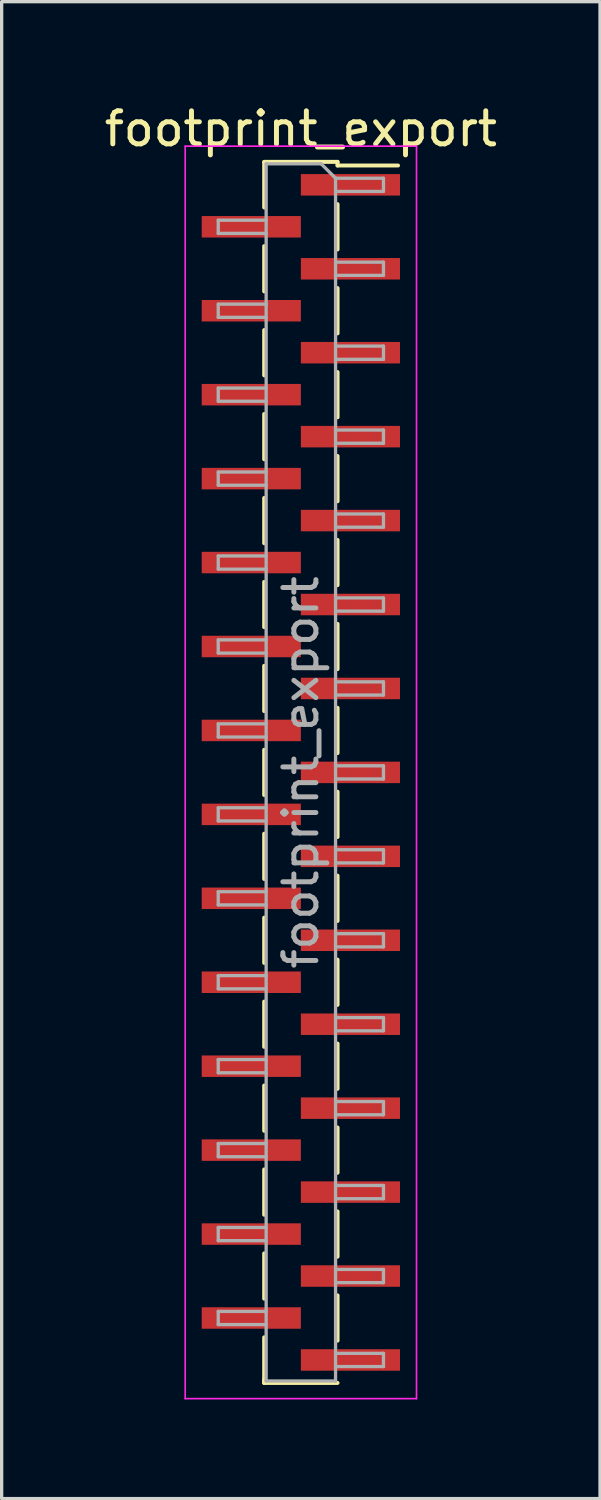
<source format=kicad_pcb>
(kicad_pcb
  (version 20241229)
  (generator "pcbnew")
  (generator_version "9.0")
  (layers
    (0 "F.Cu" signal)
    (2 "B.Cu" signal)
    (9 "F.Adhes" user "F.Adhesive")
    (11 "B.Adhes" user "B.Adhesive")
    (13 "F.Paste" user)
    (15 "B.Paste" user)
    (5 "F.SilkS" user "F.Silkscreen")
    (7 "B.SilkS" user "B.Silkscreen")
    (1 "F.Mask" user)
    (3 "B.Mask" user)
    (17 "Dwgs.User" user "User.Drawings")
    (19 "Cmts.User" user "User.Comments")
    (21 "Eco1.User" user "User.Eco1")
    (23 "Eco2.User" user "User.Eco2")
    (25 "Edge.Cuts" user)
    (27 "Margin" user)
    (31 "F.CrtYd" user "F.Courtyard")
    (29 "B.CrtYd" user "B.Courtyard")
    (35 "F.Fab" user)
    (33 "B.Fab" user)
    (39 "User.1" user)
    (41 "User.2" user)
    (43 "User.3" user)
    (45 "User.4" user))
  (footprint "footprint_export"
    (layer "F.Cu")
    (at 6.054 20.323)
    (property "Reference" "footprint_export" (at 0 -19.475 0) (layer "F.SilkS") (effects (font (size 1 1) (thickness 0.15))))
    (attr smd)
    (fp_line (start -1.11 -18.475) (end 1.11 -18.475) (stroke (width 0.12) (type solid)) (layer "F.SilkS"))
    (fp_line (start -1.11 -18.465) (end -1.11 -17.095) (stroke (width 0.12) (type solid)) (layer "F.SilkS"))
    (fp_line (start -1.11 -15.925) (end -1.11 -14.555) (stroke (width 0.12) (type solid)) (layer "F.SilkS"))
    (fp_line (start -1.11 -13.385) (end -1.11 -12.015) (stroke (width 0.12) (type solid)) (layer "F.SilkS"))
    (fp_line (start -1.11 -10.845) (end -1.11 -9.475) (stroke (width 0.12) (type solid)) (layer "F.SilkS"))
    (fp_line (start -1.11 -8.305) (end -1.11 -6.935) (stroke (width 0.12) (type solid)) (layer "F.SilkS"))
    (fp_line (start -1.11 -5.765) (end -1.11 -4.395) (stroke (width 0.12) (type solid)) (layer "F.SilkS"))
    (fp_line (start -1.11 -3.225) (end -1.11 -1.855) (stroke (width 0.12) (type solid)) (layer "F.SilkS"))
    (fp_line (start -1.11 -0.685) (end -1.11 0.685) (stroke (width 0.12) (type solid)) (layer "F.SilkS"))
    (fp_line (start -1.11 1.855) (end -1.11 3.225) (stroke (width 0.12) (type solid)) (layer "F.SilkS"))
    (fp_line (start -1.11 4.395) (end -1.11 5.765) (stroke (width 0.12) (type solid)) (layer "F.SilkS"))
    (fp_line (start -1.11 6.935) (end -1.11 8.305) (stroke (width 0.12) (type solid)) (layer "F.SilkS"))
    (fp_line (start -1.11 9.475) (end -1.11 10.845) (stroke (width 0.12) (type solid)) (layer "F.SilkS"))
    (fp_line (start -1.11 12.015) (end -1.11 13.385) (stroke (width 0.12) (type solid)) (layer "F.SilkS"))
    (fp_line (start -1.11 14.555) (end -1.11 15.925) (stroke (width 0.12) (type solid)) (layer "F.SilkS"))
    (fp_line (start -1.11 17.095) (end -1.11 18.465) (stroke (width 0.12) (type solid)) (layer "F.SilkS"))
    (fp_line (start -1.11 18.365) (end -1.11 18.475) (stroke (width 0.12) (type solid)) (layer "F.SilkS"))
    (fp_line (start -1.11 18.475) (end 1.11 18.475) (stroke (width 0.12) (type solid)) (layer "F.SilkS"))
    (fp_line (start 1.11 -18.475) (end 1.11 -18.365) (stroke (width 0.12) (type solid)) (layer "F.SilkS"))
    (fp_line (start 1.11 -18.365) (end 2.94 -18.365) (stroke (width 0.12) (type solid)) (layer "F.SilkS"))
    (fp_line (start 1.11 -17.195) (end 1.11 -15.825) (stroke (width 0.12) (type solid)) (layer "F.SilkS"))
    (fp_line (start 1.11 -14.655) (end 1.11 -13.285) (stroke (width 0.12) (type solid)) (layer "F.SilkS"))
    (fp_line (start 1.11 -12.115) (end 1.11 -10.745) (stroke (width 0.12) (type solid)) (layer "F.SilkS"))
    (fp_line (start 1.11 -9.575) (end 1.11 -8.205) (stroke (width 0.12) (type solid)) (layer "F.SilkS"))
    (fp_line (start 1.11 -7.035) (end 1.11 -5.665) (stroke (width 0.12) (type solid)) (layer "F.SilkS"))
    (fp_line (start 1.11 -4.495) (end 1.11 -3.125) (stroke (width 0.12) (type solid)) (layer "F.SilkS"))
    (fp_line (start 1.11 -1.955) (end 1.11 -0.585) (stroke (width 0.12) (type solid)) (layer "F.SilkS"))
    (fp_line (start 1.11 0.585) (end 1.11 1.955) (stroke (width 0.12) (type solid)) (layer "F.SilkS"))
    (fp_line (start 1.11 3.125) (end 1.11 4.495) (stroke (width 0.12) (type solid)) (layer "F.SilkS"))
    (fp_line (start 1.11 5.665) (end 1.11 7.035) (stroke (width 0.12) (type solid)) (layer "F.SilkS"))
    (fp_line (start 1.11 8.205) (end 1.11 9.575) (stroke (width 0.12) (type solid)) (layer "F.SilkS"))
    (fp_line (start 1.11 10.745) (end 1.11 12.115) (stroke (width 0.12) (type solid)) (layer "F.SilkS"))
    (fp_line (start 1.11 13.285) (end 1.11 14.655) (stroke (width 0.12) (type solid)) (layer "F.SilkS"))
    (fp_line (start 1.11 15.825) (end 1.11 17.195) (stroke (width 0.12) (type solid)) (layer "F.SilkS"))
    (fp_line (start -3.5 -18.95) (end -3.5 18.95) (stroke (width 0.05) (type solid)) (layer "F.CrtYd"))
    (fp_line (start -3.5 18.95) (end 3.5 18.95) (stroke (width 0.05) (type solid)) (layer "F.CrtYd"))
    (fp_line (start 3.5 -18.95) (end -3.5 -18.95) (stroke (width 0.05) (type solid)) (layer "F.CrtYd"))
    (fp_line (start 3.5 18.95) (end 3.5 -18.95) (stroke (width 0.05) (type solid)) (layer "F.CrtYd"))
    (fp_line (start -2.5 -16.71) (end -2.5 -16.31) (stroke (width 0.1) (type solid)) (layer "F.Fab"))
    (fp_line (start -2.5 -16.31) (end -1.05 -16.31) (stroke (width 0.1) (type solid)) (layer "F.Fab"))
    (fp_line (start -2.5 -14.17) (end -2.5 -13.77) (stroke (width 0.1) (type solid)) (layer "F.Fab"))
    (fp_line (start -2.5 -13.77) (end -1.05 -13.77) (stroke (width 0.1) (type solid)) (layer "F.Fab"))
    (fp_line (start -2.5 -11.63) (end -2.5 -11.23) (stroke (width 0.1) (type solid)) (layer "F.Fab"))
    (fp_line (start -2.5 -11.23) (end -1.05 -11.23) (stroke (width 0.1) (type solid)) (layer "F.Fab"))
    (fp_line (start -2.5 -9.09) (end -2.5 -8.69) (stroke (width 0.1) (type solid)) (layer "F.Fab"))
    (fp_line (start -2.5 -8.69) (end -1.05 -8.69) (stroke (width 0.1) (type solid)) (layer "F.Fab"))
    (fp_line (start -2.5 -6.55) (end -2.5 -6.15) (stroke (width 0.1) (type solid)) (layer "F.Fab"))
    (fp_line (start -2.5 -6.15) (end -1.05 -6.15) (stroke (width 0.1) (type solid)) (layer "F.Fab"))
    (fp_line (start -2.5 -4.01) (end -2.5 -3.61) (stroke (width 0.1) (type solid)) (layer "F.Fab"))
    (fp_line (start -2.5 -3.61) (end -1.05 -3.61) (stroke (width 0.1) (type solid)) (layer "F.Fab"))
    (fp_line (start -2.5 -1.47) (end -2.5 -1.07) (stroke (width 0.1) (type solid)) (layer "F.Fab"))
    (fp_line (start -2.5 -1.07) (end -1.05 -1.07) (stroke (width 0.1) (type solid)) (layer "F.Fab"))
    (fp_line (start -2.5 1.07) (end -2.5 1.47) (stroke (width 0.1) (type solid)) (layer "F.Fab"))
    (fp_line (start -2.5 1.47) (end -1.05 1.47) (stroke (width 0.1) (type solid)) (layer "F.Fab"))
    (fp_line (start -2.5 3.61) (end -2.5 4.01) (stroke (width 0.1) (type solid)) (layer "F.Fab"))
    (fp_line (start -2.5 4.01) (end -1.05 4.01) (stroke (width 0.1) (type solid)) (layer "F.Fab"))
    (fp_line (start -2.5 6.15) (end -2.5 6.55) (stroke (width 0.1) (type solid)) (layer "F.Fab"))
    (fp_line (start -2.5 6.55) (end -1.05 6.55) (stroke (width 0.1) (type solid)) (layer "F.Fab"))
    (fp_line (start -2.5 8.69) (end -2.5 9.09) (stroke (width 0.1) (type solid)) (layer "F.Fab"))
    (fp_line (start -2.5 9.09) (end -1.05 9.09) (stroke (width 0.1) (type solid)) (layer "F.Fab"))
    (fp_line (start -2.5 11.23) (end -2.5 11.63) (stroke (width 0.1) (type solid)) (layer "F.Fab"))
    (fp_line (start -2.5 11.63) (end -1.05 11.63) (stroke (width 0.1) (type solid)) (layer "F.Fab"))
    (fp_line (start -2.5 13.77) (end -2.5 14.17) (stroke (width 0.1) (type solid)) (layer "F.Fab"))
    (fp_line (start -2.5 14.17) (end -1.05 14.17) (stroke (width 0.1) (type solid)) (layer "F.Fab"))
    (fp_line (start -2.5 16.31) (end -2.5 16.71) (stroke (width 0.1) (type solid)) (layer "F.Fab"))
    (fp_line (start -2.5 16.71) (end -1.05 16.71) (stroke (width 0.1) (type solid)) (layer "F.Fab"))
    (fp_line (start -1.05 -18.415) (end -1.05 18.415) (stroke (width 0.1) (type solid)) (layer "F.Fab"))
    (fp_line (start -1.05 -18.415) (end 0.615 -18.415) (stroke (width 0.1) (type solid)) (layer "F.Fab"))
    (fp_line (start -1.05 -16.71) (end -2.5 -16.71) (stroke (width 0.1) (type solid)) (layer "F.Fab"))
    (fp_line (start -1.05 -14.17) (end -2.5 -14.17) (stroke (width 0.1) (type solid)) (layer "F.Fab"))
    (fp_line (start -1.05 -11.63) (end -2.5 -11.63) (stroke (width 0.1) (type solid)) (layer "F.Fab"))
    (fp_line (start -1.05 -9.09) (end -2.5 -9.09) (stroke (width 0.1) (type solid)) (layer "F.Fab"))
    (fp_line (start -1.05 -6.55) (end -2.5 -6.55) (stroke (width 0.1) (type solid)) (layer "F.Fab"))
    (fp_line (start -1.05 -4.01) (end -2.5 -4.01) (stroke (width 0.1) (type solid)) (layer "F.Fab"))
    (fp_line (start -1.05 -1.47) (end -2.5 -1.47) (stroke (width 0.1) (type solid)) (layer "F.Fab"))
    (fp_line (start -1.05 1.07) (end -2.5 1.07) (stroke (width 0.1) (type solid)) (layer "F.Fab"))
    (fp_line (start -1.05 3.61) (end -2.5 3.61) (stroke (width 0.1) (type solid)) (layer "F.Fab"))
    (fp_line (start -1.05 6.15) (end -2.5 6.15) (stroke (width 0.1) (type solid)) (layer "F.Fab"))
    (fp_line (start -1.05 8.69) (end -2.5 8.69) (stroke (width 0.1) (type solid)) (layer "F.Fab"))
    (fp_line (start -1.05 11.23) (end -2.5 11.23) (stroke (width 0.1) (type solid)) (layer "F.Fab"))
    (fp_line (start -1.05 13.77) (end -2.5 13.77) (stroke (width 0.1) (type solid)) (layer "F.Fab"))
    (fp_line (start -1.05 16.31) (end -2.5 16.31) (stroke (width 0.1) (type solid)) (layer "F.Fab"))
    (fp_line (start 1.05 -17.98) (end 0.615 -18.415) (stroke (width 0.1) (type solid)) (layer "F.Fab"))
    (fp_line (start 1.05 -17.98) (end 2.5 -17.98) (stroke (width 0.1) (type solid)) (layer "F.Fab"))
    (fp_line (start 1.05 -15.44) (end 2.5 -15.44) (stroke (width 0.1) (type solid)) (layer "F.Fab"))
    (fp_line (start 1.05 -12.9) (end 2.5 -12.9) (stroke (width 0.1) (type solid)) (layer "F.Fab"))
    (fp_line (start 1.05 -10.36) (end 2.5 -10.36) (stroke (width 0.1) (type solid)) (layer "F.Fab"))
    (fp_line (start 1.05 -7.82) (end 2.5 -7.82) (stroke (width 0.1) (type solid)) (layer "F.Fab"))
    (fp_line (start 1.05 -5.28) (end 2.5 -5.28) (stroke (width 0.1) (type solid)) (layer "F.Fab"))
    (fp_line (start 1.05 -2.74) (end 2.5 -2.74) (stroke (width 0.1) (type solid)) (layer "F.Fab"))
    (fp_line (start 1.05 -0.2) (end 2.5 -0.2) (stroke (width 0.1) (type solid)) (layer "F.Fab"))
    (fp_line (start 1.05 2.34) (end 2.5 2.34) (stroke (width 0.1) (type solid)) (layer "F.Fab"))
    (fp_line (start 1.05 4.88) (end 2.5 4.88) (stroke (width 0.1) (type solid)) (layer "F.Fab"))
    (fp_line (start 1.05 7.42) (end 2.5 7.42) (stroke (width 0.1) (type solid)) (layer "F.Fab"))
    (fp_line (start 1.05 9.96) (end 2.5 9.96) (stroke (width 0.1) (type solid)) (layer "F.Fab"))
    (fp_line (start 1.05 12.5) (end 2.5 12.5) (stroke (width 0.1) (type solid)) (layer "F.Fab"))
    (fp_line (start 1.05 15.04) (end 2.5 15.04) (stroke (width 0.1) (type solid)) (layer "F.Fab"))
    (fp_line (start 1.05 17.58) (end 2.5 17.58) (stroke (width 0.1) (type solid)) (layer "F.Fab"))
    (fp_line (start 1.05 18.415) (end -1.05 18.415) (stroke (width 0.1) (type solid)) (layer "F.Fab"))
    (fp_line (start 1.05 18.415) (end 1.05 -17.98) (stroke (width 0.1) (type solid)) (layer "F.Fab"))
    (fp_line (start 2.5 -17.98) (end 2.5 -17.58) (stroke (width 0.1) (type solid)) (layer "F.Fab"))
    (fp_line (start 2.5 -17.58) (end 1.05 -17.58) (stroke (width 0.1) (type solid)) (layer "F.Fab"))
    (fp_line (start 2.5 -15.44) (end 2.5 -15.04) (stroke (width 0.1) (type solid)) (layer "F.Fab"))
    (fp_line (start 2.5 -15.04) (end 1.05 -15.04) (stroke (width 0.1) (type solid)) (layer "F.Fab"))
    (fp_line (start 2.5 -12.9) (end 2.5 -12.5) (stroke (width 0.1) (type solid)) (layer "F.Fab"))
    (fp_line (start 2.5 -12.5) (end 1.05 -12.5) (stroke (width 0.1) (type solid)) (layer "F.Fab"))
    (fp_line (start 2.5 -10.36) (end 2.5 -9.96) (stroke (width 0.1) (type solid)) (layer "F.Fab"))
    (fp_line (start 2.5 -9.96) (end 1.05 -9.96) (stroke (width 0.1) (type solid)) (layer "F.Fab"))
    (fp_line (start 2.5 -7.82) (end 2.5 -7.42) (stroke (width 0.1) (type solid)) (layer "F.Fab"))
    (fp_line (start 2.5 -7.42) (end 1.05 -7.42) (stroke (width 0.1) (type solid)) (layer "F.Fab"))
    (fp_line (start 2.5 -5.28) (end 2.5 -4.88) (stroke (width 0.1) (type solid)) (layer "F.Fab"))
    (fp_line (start 2.5 -4.88) (end 1.05 -4.88) (stroke (width 0.1) (type solid)) (layer "F.Fab"))
    (fp_line (start 2.5 -2.74) (end 2.5 -2.34) (stroke (width 0.1) (type solid)) (layer "F.Fab"))
    (fp_line (start 2.5 -2.34) (end 1.05 -2.34) (stroke (width 0.1) (type solid)) (layer "F.Fab"))
    (fp_line (start 2.5 -0.2) (end 2.5 0.2) (stroke (width 0.1) (type solid)) (layer "F.Fab"))
    (fp_line (start 2.5 0.2) (end 1.05 0.2) (stroke (width 0.1) (type solid)) (layer "F.Fab"))
    (fp_line (start 2.5 2.34) (end 2.5 2.74) (stroke (width 0.1) (type solid)) (layer "F.Fab"))
    (fp_line (start 2.5 2.74) (end 1.05 2.74) (stroke (width 0.1) (type solid)) (layer "F.Fab"))
    (fp_line (start 2.5 4.88) (end 2.5 5.28) (stroke (width 0.1) (type solid)) (layer "F.Fab"))
    (fp_line (start 2.5 5.28) (end 1.05 5.28) (stroke (width 0.1) (type solid)) (layer "F.Fab"))
    (fp_line (start 2.5 7.42) (end 2.5 7.82) (stroke (width 0.1) (type solid)) (layer "F.Fab"))
    (fp_line (start 2.5 7.82) (end 1.05 7.82) (stroke (width 0.1) (type solid)) (layer "F.Fab"))
    (fp_line (start 2.5 9.96) (end 2.5 10.36) (stroke (width 0.1) (type solid)) (layer "F.Fab"))
    (fp_line (start 2.5 10.36) (end 1.05 10.36) (stroke (width 0.1) (type solid)) (layer "F.Fab"))
    (fp_line (start 2.5 12.5) (end 2.5 12.9) (stroke (width 0.1) (type solid)) (layer "F.Fab"))
    (fp_line (start 2.5 12.9) (end 1.05 12.9) (stroke (width 0.1) (type solid)) (layer "F.Fab"))
    (fp_line (start 2.5 15.04) (end 2.5 15.44) (stroke (width 0.1) (type solid)) (layer "F.Fab"))
    (fp_line (start 2.5 15.44) (end 1.05 15.44) (stroke (width 0.1) (type solid)) (layer "F.Fab"))
    (fp_line (start 2.5 17.58) (end 2.5 17.98) (stroke (width 0.1) (type solid)) (layer "F.Fab"))
    (fp_line (start 2.5 17.98) (end 1.05 17.98) (stroke (width 0.1) (type solid)) (layer "F.Fab"))
    (fp_text user "${REFERENCE}" (at 0 0 90) (layer "F.Fab") (effects (font (size 1 1) (thickness 0.15))))
    (pad "1" smd rect (at 1.5 -17.78) (size 3 0.65) (layers "F.Cu" "F.Mask" "F.Paste"))
    (pad "2" smd rect (at -1.5 -16.51) (size 3 0.65) (layers "F.Cu" "F.Mask" "F.Paste"))
    (pad "3" smd rect (at 1.5 -15.24) (size 3 0.65) (layers "F.Cu" "F.Mask" "F.Paste"))
    (pad "4" smd rect (at -1.5 -13.97) (size 3 0.65) (layers "F.Cu" "F.Mask" "F.Paste"))
    (pad "5" smd rect (at 1.5 -12.7) (size 3 0.65) (layers "F.Cu" "F.Mask" "F.Paste"))
    (pad "6" smd rect (at -1.5 -11.43) (size 3 0.65) (layers "F.Cu" "F.Mask" "F.Paste"))
    (pad "7" smd rect (at 1.5 -10.16) (size 3 0.65) (layers "F.Cu" "F.Mask" "F.Paste"))
    (pad "8" smd rect (at -1.5 -8.89) (size 3 0.65) (layers "F.Cu" "F.Mask" "F.Paste"))
    (pad "9" smd rect (at 1.5 -7.62) (size 3 0.65) (layers "F.Cu" "F.Mask" "F.Paste"))
    (pad "10" smd rect (at -1.5 -6.35) (size 3 0.65) (layers "F.Cu" "F.Mask" "F.Paste"))
    (pad "11" smd rect (at 1.5 -5.08) (size 3 0.65) (layers "F.Cu" "F.Mask" "F.Paste"))
    (pad "12" smd rect (at -1.5 -3.81) (size 3 0.65) (layers "F.Cu" "F.Mask" "F.Paste"))
    (pad "13" smd rect (at 1.5 -2.54) (size 3 0.65) (layers "F.Cu" "F.Mask" "F.Paste"))
    (pad "14" smd rect (at -1.5 -1.27) (size 3 0.65) (layers "F.Cu" "F.Mask" "F.Paste"))
    (pad "15" smd rect (at 1.5 0) (size 3 0.65) (layers "F.Cu" "F.Mask" "F.Paste"))
    (pad "16" smd rect (at -1.5 1.27) (size 3 0.65) (layers "F.Cu" "F.Mask" "F.Paste"))
    (pad "17" smd rect (at 1.5 2.54) (size 3 0.65) (layers "F.Cu" "F.Mask" "F.Paste"))
    (pad "18" smd rect (at -1.5 3.81) (size 3 0.65) (layers "F.Cu" "F.Mask" "F.Paste"))
    (pad "19" smd rect (at 1.5 5.08) (size 3 0.65) (layers "F.Cu" "F.Mask" "F.Paste"))
    (pad "20" smd rect (at -1.5 6.35) (size 3 0.65) (layers "F.Cu" "F.Mask" "F.Paste"))
    (pad "21" smd rect (at 1.5 7.62) (size 3 0.65) (layers "F.Cu" "F.Mask" "F.Paste"))
    (pad "22" smd rect (at -1.5 8.89) (size 3 0.65) (layers "F.Cu" "F.Mask" "F.Paste"))
    (pad "23" smd rect (at 1.5 10.16) (size 3 0.65) (layers "F.Cu" "F.Mask" "F.Paste"))
    (pad "24" smd rect (at -1.5 11.43) (size 3 0.65) (layers "F.Cu" "F.Mask" "F.Paste"))
    (pad "25" smd rect (at 1.5 12.7) (size 3 0.65) (layers "F.Cu" "F.Mask" "F.Paste"))
    (pad "26" smd rect (at -1.5 13.97) (size 3 0.65) (layers "F.Cu" "F.Mask" "F.Paste"))
    (pad "27" smd rect (at 1.5 15.24) (size 3 0.65) (layers "F.Cu" "F.Mask" "F.Paste"))
    (pad "28" smd rect (at -1.5 16.51) (size 3 0.65) (layers "F.Cu" "F.Mask" "F.Paste"))
    (pad "29" smd rect (at 1.5 17.78) (size 3 0.65) (layers "F.Cu" "F.Mask" "F.Paste")))
  (gr_rect
    (start -3 -3)
    (end 15.107 42.298)
    (stroke (width 0.1) (type default))
    (fill no)
    (layer "Edge.Cuts")))
</source>
